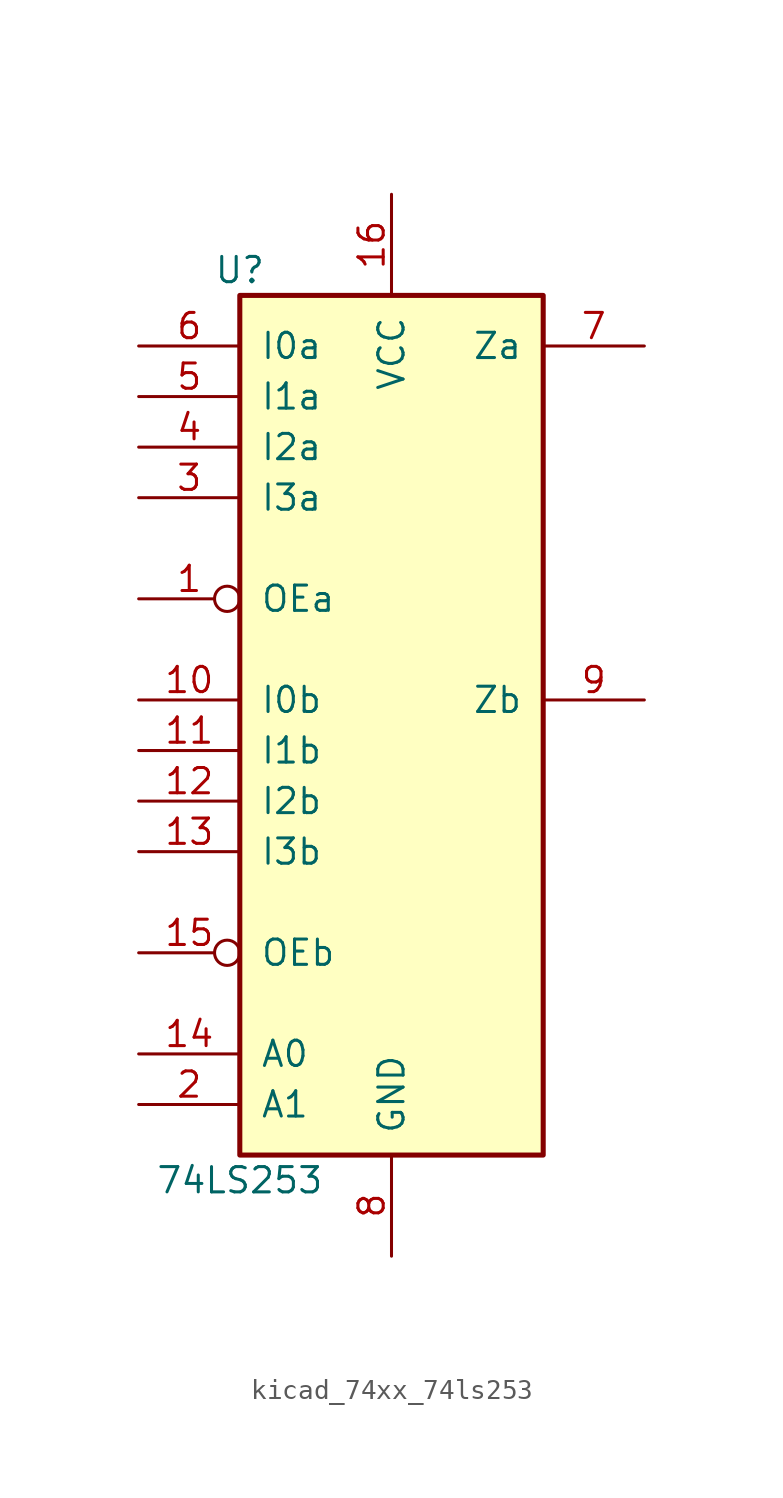
<source format=kicad_sym>
(kicad_symbol_lib
  (version 20220914)
  (generator kicad_symbol_editor)
  (symbol "kicad_74xx_74ls253"
    (pin_names
      (offset 1.016))
    (property "Reference" "U"
      (at -7.62 21.59 0)
      (effects (font (size 1.27 1.27))))
    (property "Value" "74LS253"
      (at -7.62 -24.13 0)
      (effects (font (size 1.27 1.27))))
    (property "ki_locked" ""
      (at 0 0 0)
      (effects (font (size 1.27 1.27))))
    (symbol "kicad_74xx_74ls253_1_0"
      (pin input inverted (at -12.7 5.08 0) (length 5.08) (name "OEa" (effects (font (size 1.27 1.27)))) (number "1" (effects (font (size 1.27 1.27)))))
      (pin input line (at -12.7 0 0) (length 5.08) (name "I0b" (effects (font (size 1.27 1.27)))) (number "10" (effects (font (size 1.27 1.27)))))
      (pin input line (at -12.7 -2.54 0) (length 5.08) (name "I1b" (effects (font (size 1.27 1.27)))) (number "11" (effects (font (size 1.27 1.27)))))
      (pin input line (at -12.7 -5.08 0) (length 5.08) (name "I2b" (effects (font (size 1.27 1.27)))) (number "12" (effects (font (size 1.27 1.27)))))
      (pin input line (at -12.7 -7.62 0) (length 5.08) (name "I3b" (effects (font (size 1.27 1.27)))) (number "13" (effects (font (size 1.27 1.27)))))
      (pin input line (at -12.7 -17.78 0) (length 5.08) (name "A0" (effects (font (size 1.27 1.27)))) (number "14" (effects (font (size 1.27 1.27)))))
      (pin input inverted (at -12.7 -12.7 0) (length 5.08) (name "OEb" (effects (font (size 1.27 1.27)))) (number "15" (effects (font (size 1.27 1.27)))))
      (pin power_in line (at 0 25.4 270) (length 5.08) (name "VCC" (effects (font (size 1.27 1.27)))) (number "16" (effects (font (size 1.27 1.27)))))
      (pin input line (at -12.7 -20.32 0) (length 5.08) (name "A1" (effects (font (size 1.27 1.27)))) (number "2" (effects (font (size 1.27 1.27)))))
      (pin input line (at -12.7 10.16 0) (length 5.08) (name "I3a" (effects (font (size 1.27 1.27)))) (number "3" (effects (font (size 1.27 1.27)))))
      (pin input line (at -12.7 12.7 0) (length 5.08) (name "I2a" (effects (font (size 1.27 1.27)))) (number "4" (effects (font (size 1.27 1.27)))))
      (pin input line (at -12.7 15.24 0) (length 5.08) (name "I1a" (effects (font (size 1.27 1.27)))) (number "5" (effects (font (size 1.27 1.27)))))
      (pin input line (at -12.7 17.78 0) (length 5.08) (name "I0a" (effects (font (size 1.27 1.27)))) (number "6" (effects (font (size 1.27 1.27)))))
      (pin tri_state line (at 12.7 17.78 180) (length 5.08) (name "Za" (effects (font (size 1.27 1.27)))) (number "7" (effects (font (size 1.27 1.27)))))
      (pin power_in line (at 0 -27.94 90) (length 5.08) (name "GND" (effects (font (size 1.27 1.27)))) (number "8" (effects (font (size 1.27 1.27)))))
      (pin tri_state line (at 12.7 0 180) (length 5.08) (name "Zb" (effects (font (size 1.27 1.27)))) (number "9" (effects (font (size 1.27 1.27))))))
    (symbol "kicad_74xx_74ls253_1_1"
      (rectangle (start -7.62 20.32) (end 7.62 -22.86) (stroke (width 0.254) (type default)) (fill (type background))))))
</source>
